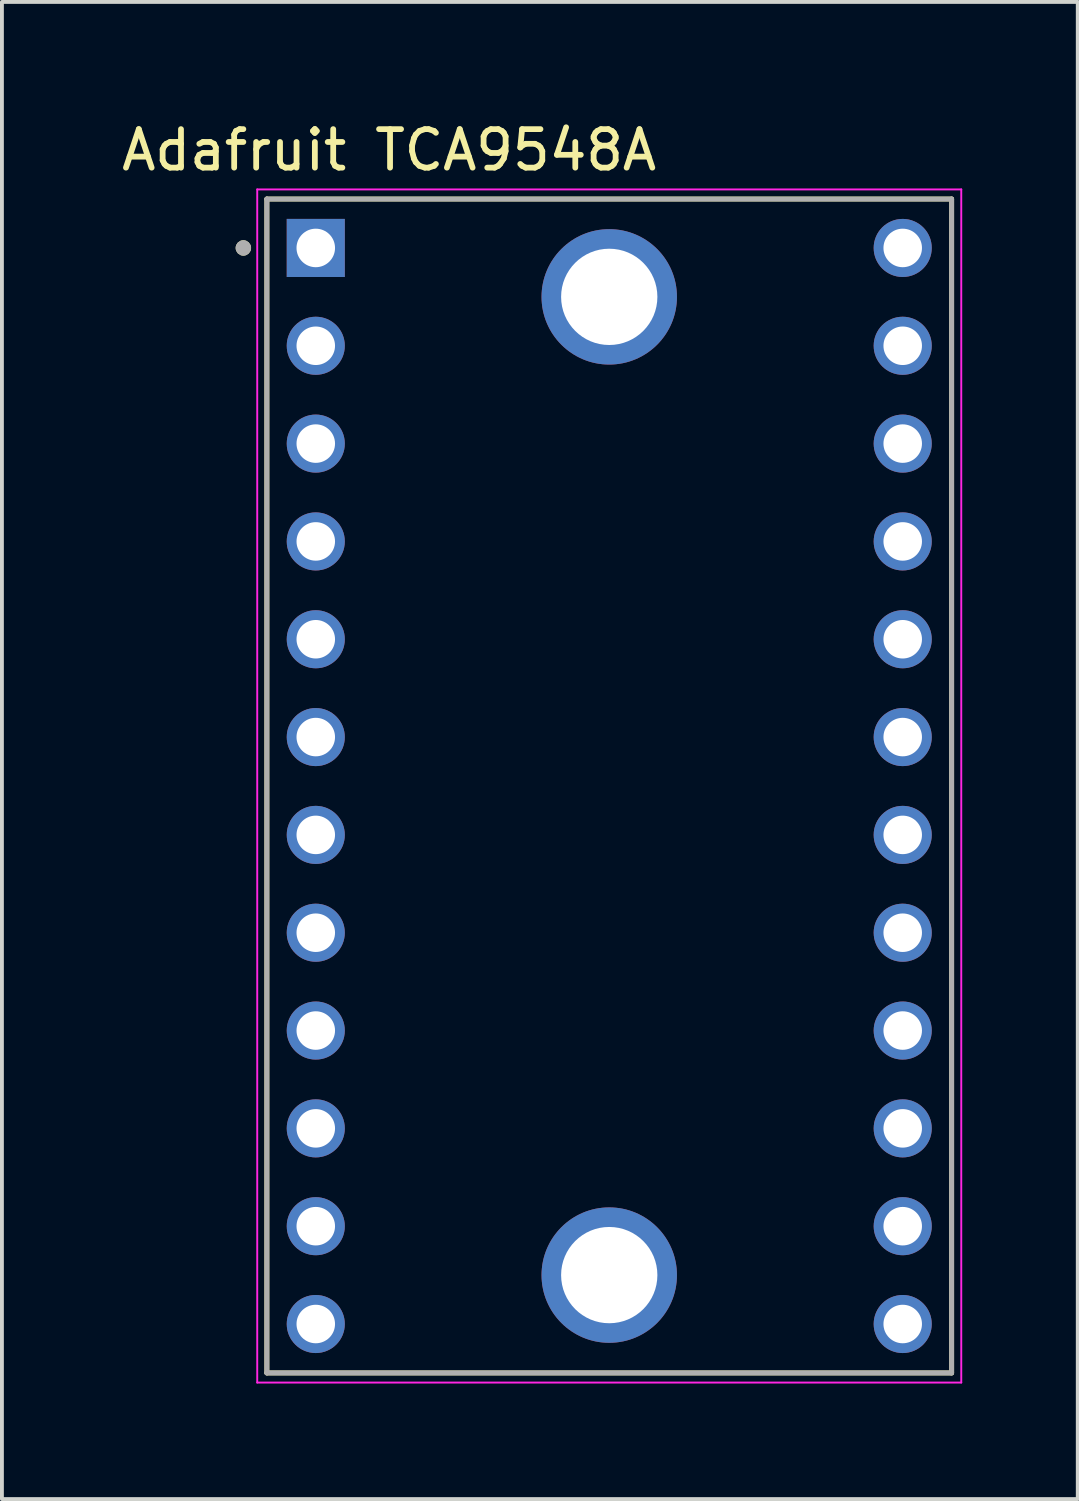
<source format=kicad_pcb>
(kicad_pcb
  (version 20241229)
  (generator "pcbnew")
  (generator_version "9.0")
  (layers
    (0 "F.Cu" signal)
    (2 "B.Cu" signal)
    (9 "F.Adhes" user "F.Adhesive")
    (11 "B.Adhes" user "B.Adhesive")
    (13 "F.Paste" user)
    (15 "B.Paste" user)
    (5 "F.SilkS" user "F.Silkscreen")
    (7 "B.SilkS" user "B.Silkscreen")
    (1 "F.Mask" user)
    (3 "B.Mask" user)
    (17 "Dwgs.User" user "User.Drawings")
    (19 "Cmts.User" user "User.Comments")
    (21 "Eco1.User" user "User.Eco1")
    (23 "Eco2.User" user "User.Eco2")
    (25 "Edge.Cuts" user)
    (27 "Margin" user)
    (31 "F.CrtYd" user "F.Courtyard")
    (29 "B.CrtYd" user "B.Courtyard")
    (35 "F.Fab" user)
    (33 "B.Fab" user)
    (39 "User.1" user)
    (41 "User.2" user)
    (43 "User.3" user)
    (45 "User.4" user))
  (footprint "Adafruit TCA9548A"
    (layer "F.Cu")
    (at 12.769 17.358)
    (property "Reference" "Adafruit TCA9548A" (at -5.715 -16.51 0) (layer "F.SilkS") (effects (font (size 1 1) (thickness 0.15))))
    (attr through_hole)
    (fp_line (start -8.89 -15.24) (end 8.89 -15.24) (stroke (width 0.127) (type solid)) (layer "F.SilkS"))
    (fp_line (start -8.89 15.24) (end -8.89 -15.24) (stroke (width 0.127) (type solid)) (layer "F.SilkS"))
    (fp_line (start 8.89 -15.24) (end 8.89 15.24) (stroke (width 0.127) (type solid)) (layer "F.SilkS"))
    (fp_line (start 8.89 15.24) (end -8.89 15.24) (stroke (width 0.127) (type solid)) (layer "F.SilkS"))
    (fp_circle (center -9.5 -13.97) (end -9.4 -13.97) (stroke (width 0.2) (type solid)) (fill no) (layer "F.SilkS"))
    (fp_line (start -9.14 -15.49) (end -9.14 15.49) (stroke (width 0.05) (type solid)) (layer "F.CrtYd"))
    (fp_line (start -9.14 15.49) (end 9.14 15.49) (stroke (width 0.05) (type solid)) (layer "F.CrtYd"))
    (fp_line (start 9.14 -15.49) (end -9.14 -15.49) (stroke (width 0.05) (type solid)) (layer "F.CrtYd"))
    (fp_line (start 9.14 15.49) (end 9.14 -15.49) (stroke (width 0.05) (type solid)) (layer "F.CrtYd"))
    (fp_line (start -8.89 -15.24) (end 8.89 -15.24) (stroke (width 0.127) (type solid)) (layer "F.Fab"))
    (fp_line (start -8.89 15.24) (end -8.89 -15.24) (stroke (width 0.127) (type solid)) (layer "F.Fab"))
    (fp_line (start -8.89 15.24) (end 8.89 15.24) (stroke (width 0.127) (type solid)) (layer "F.Fab"))
    (fp_line (start 8.89 -15.24) (end 8.89 15.24) (stroke (width 0.127) (type solid)) (layer "F.Fab"))
    (fp_circle (center -9.5 -13.97) (end -9.4 -13.97) (stroke (width 0.2) (type solid)) (fill no) (layer "F.Fab"))
    (pad "1" thru_hole rect (at -7.62 -13.97) (size 1.508 1.508) (drill 1) (layers "*.Cu" "*.Mask"))
    (pad "2" thru_hole circle (at -7.62 -11.43) (size 1.508 1.508) (drill 1) (layers "*.Cu" "*.Mask"))
    (pad "3" thru_hole circle (at -7.62 -8.89) (size 1.508 1.508) (drill 1) (layers "*.Cu" "*.Mask"))
    (pad "4" thru_hole circle (at -7.62 -6.35) (size 1.508 1.508) (drill 1) (layers "*.Cu" "*.Mask"))
    (pad "5" thru_hole circle (at -7.62 -3.81) (size 1.508 1.508) (drill 1) (layers "*.Cu" "*.Mask"))
    (pad "6" thru_hole circle (at -7.62 -1.27) (size 1.508 1.508) (drill 1) (layers "*.Cu" "*.Mask"))
    (pad "7" thru_hole circle (at -7.62 1.27) (size 1.508 1.508) (drill 1) (layers "*.Cu" "*.Mask"))
    (pad "8" thru_hole circle (at -7.62 3.81) (size 1.508 1.508) (drill 1) (layers "*.Cu" "*.Mask"))
    (pad "9" thru_hole circle (at -7.62 6.35) (size 1.508 1.508) (drill 1) (layers "*.Cu" "*.Mask"))
    (pad "10" thru_hole circle (at -7.62 8.89) (size 1.508 1.508) (drill 1) (layers "*.Cu" "*.Mask"))
    (pad "11" thru_hole circle (at -7.62 11.43) (size 1.508 1.508) (drill 1) (layers "*.Cu" "*.Mask"))
    (pad "12" thru_hole circle (at -7.62 13.97) (size 1.508 1.508) (drill 1) (layers "*.Cu" "*.Mask"))
    (pad "13" thru_hole circle (at 7.62 13.97) (size 1.508 1.508) (drill 1) (layers "*.Cu" "*.Mask"))
    (pad "14" thru_hole circle (at 7.62 11.43) (size 1.508 1.508) (drill 1) (layers "*.Cu" "*.Mask"))
    (pad "15" thru_hole circle (at 7.62 8.89) (size 1.508 1.508) (drill 1) (layers "*.Cu" "*.Mask"))
    (pad "16" thru_hole circle (at 7.62 6.35) (size 1.508 1.508) (drill 1) (layers "*.Cu" "*.Mask"))
    (pad "17" thru_hole circle (at 7.62 3.81) (size 1.508 1.508) (drill 1) (layers "*.Cu" "*.Mask"))
    (pad "18" thru_hole circle (at 7.62 1.27) (size 1.508 1.508) (drill 1) (layers "*.Cu" "*.Mask"))
    (pad "19" thru_hole circle (at 7.62 -1.27) (size 1.508 1.508) (drill 1) (layers "*.Cu" "*.Mask"))
    (pad "20" thru_hole circle (at 7.62 -3.81) (size 1.508 1.508) (drill 1) (layers "*.Cu" "*.Mask"))
    (pad "21" thru_hole circle (at 7.62 -6.35) (size 1.508 1.508) (drill 1) (layers "*.Cu" "*.Mask"))
    (pad "22" thru_hole circle (at 7.62 -8.89) (size 1.508 1.508) (drill 1) (layers "*.Cu" "*.Mask"))
    (pad "23" thru_hole circle (at 7.62 -11.43) (size 1.508 1.508) (drill 1) (layers "*.Cu" "*.Mask"))
    (pad "24" thru_hole circle (at 7.62 -13.97) (size 1.508 1.508) (drill 1) (layers "*.Cu" "*.Mask"))
    (pad "P1" thru_hole circle (at 0 -12.7) (size 3.516 3.516) (drill 2.5) (layers "*.Cu" "*.Mask"))
    (pad "P2" thru_hole circle (at 0 12.7) (size 3.516 3.516) (drill 2.5) (layers "*.Cu" "*.Mask"))
    (zone (net_name "") (layer "F.Cu") (hatch full 0.508) (connect_pads) (min_thickness 2.032) (filled_areas_thickness no) (keepout (tracks not_allowed) (vias not_allowed) (pads not_allowed) (copperpour not_allowed) (footprints allowed)) (placement (enabled no)) (fill) (polygon (pts (xy 14.785 4.658) (xy 14.775 4.856) (xy 14.746 5.052) (xy 14.698 5.243) (xy 14.631 5.43) (xy 14.547 5.609) (xy 14.445 5.778) (xy 14.327 5.937) (xy 14.194 6.084) (xy 14.048 6.217) (xy 13.889 6.334) (xy 13.719 6.436) (xy 13.54 6.521) (xy 13.354 6.587) (xy 13.162 6.636) (xy 12.966 6.665) (xy 12.769 6.674) (xy 12.571 6.665) (xy 12.375 6.636) (xy 12.183 6.587) (xy 11.997 6.521) (xy 11.818 6.436) (xy 11.649 6.334) (xy 11.49 6.217) (xy 11.343 6.084) (xy 11.21 5.937) (xy 11.092 5.778) (xy 10.991 5.609) (xy 10.906 5.43) (xy 10.839 5.243) (xy 10.791 5.052) (xy 10.762 4.856) (xy 10.753 4.658) (xy 10.762 4.461) (xy 10.791 4.265) (xy 10.839 4.073) (xy 10.906 3.887) (xy 10.991 3.708) (xy 11.092 3.538) (xy 11.21 3.379) (xy 11.343 3.233) (xy 11.49 3.1) (xy 11.649 2.982) (xy 11.818 2.88) (xy 11.997 2.796) (xy 12.183 2.729) (xy 12.375 2.681) (xy 12.571 2.652) (xy 12.769 2.642) (xy 12.966 2.652) (xy 13.162 2.681) (xy 13.354 2.729) (xy 13.54 2.796) (xy 13.719 2.88) (xy 13.889 2.982) (xy 14.048 3.1) (xy 14.194 3.233) (xy 14.327 3.379) (xy 14.445 3.538) (xy 14.547 3.708) (xy 14.631 3.887) (xy 14.698 4.073) (xy 14.746 4.265) (xy 14.775 4.461))))
    (zone (net_name "") (layer "F.Cu") (hatch full 0.508) (connect_pads) (min_thickness 2.032) (filled_areas_thickness no) (keepout (tracks not_allowed) (vias not_allowed) (pads not_allowed) (copperpour not_allowed) (footprints allowed)) (placement (enabled no)) (fill) (polygon (pts (xy 14.785 30.058) (xy 14.775 30.256) (xy 14.746 30.452) (xy 14.698 30.643) (xy 14.631 30.83) (xy 14.547 31.009) (xy 14.445 31.178) (xy 14.327 31.337) (xy 14.194 31.484) (xy 14.048 31.617) (xy 13.889 31.734) (xy 13.719 31.836) (xy 13.54 31.921) (xy 13.354 31.987) (xy 13.162 32.036) (xy 12.966 32.065) (xy 12.769 32.074) (xy 12.571 32.065) (xy 12.375 32.036) (xy 12.183 31.987) (xy 11.997 31.921) (xy 11.818 31.836) (xy 11.649 31.734) (xy 11.49 31.617) (xy 11.343 31.484) (xy 11.21 31.337) (xy 11.092 31.178) (xy 10.991 31.009) (xy 10.906 30.83) (xy 10.839 30.643) (xy 10.791 30.452) (xy 10.762 30.256) (xy 10.753 30.058) (xy 10.762 29.861) (xy 10.791 29.665) (xy 10.839 29.473) (xy 10.906 29.287) (xy 10.991 29.108) (xy 11.092 28.938) (xy 11.21 28.779) (xy 11.343 28.633) (xy 11.49 28.5) (xy 11.649 28.382) (xy 11.818 28.28) (xy 11.997 28.196) (xy 12.183 28.129) (xy 12.375 28.081) (xy 12.571 28.052) (xy 12.769 28.042) (xy 12.966 28.052) (xy 13.162 28.081) (xy 13.354 28.129) (xy 13.54 28.196) (xy 13.719 28.28) (xy 13.889 28.382) (xy 14.048 28.5) (xy 14.194 28.633) (xy 14.327 28.779) (xy 14.445 28.938) (xy 14.547 29.108) (xy 14.631 29.287) (xy 14.698 29.473) (xy 14.746 29.665) (xy 14.775 29.861))))
    (zone (net_name "") (layer "B.Cu") (hatch full 0.508) (connect_pads) (min_thickness 2.032) (filled_areas_thickness no) (keepout (tracks not_allowed) (vias not_allowed) (pads not_allowed) (copperpour not_allowed) (footprints allowed)) (placement (enabled no)) (fill) (polygon (pts (xy 14.785 4.658) (xy 14.775 4.856) (xy 14.746 5.052) (xy 14.698 5.243) (xy 14.631 5.43) (xy 14.547 5.609) (xy 14.445 5.778) (xy 14.327 5.937) (xy 14.194 6.084) (xy 14.048 6.217) (xy 13.889 6.334) (xy 13.719 6.436) (xy 13.54 6.521) (xy 13.354 6.587) (xy 13.162 6.636) (xy 12.966 6.665) (xy 12.769 6.674) (xy 12.571 6.665) (xy 12.375 6.636) (xy 12.183 6.587) (xy 11.997 6.521) (xy 11.818 6.436) (xy 11.649 6.334) (xy 11.49 6.217) (xy 11.343 6.084) (xy 11.21 5.937) (xy 11.092 5.778) (xy 10.991 5.609) (xy 10.906 5.43) (xy 10.839 5.243) (xy 10.791 5.052) (xy 10.762 4.856) (xy 10.753 4.658) (xy 10.762 4.461) (xy 10.791 4.265) (xy 10.839 4.073) (xy 10.906 3.887) (xy 10.991 3.708) (xy 11.092 3.538) (xy 11.21 3.379) (xy 11.343 3.233) (xy 11.49 3.1) (xy 11.649 2.982) (xy 11.818 2.88) (xy 11.997 2.796) (xy 12.183 2.729) (xy 12.375 2.681) (xy 12.571 2.652) (xy 12.769 2.642) (xy 12.966 2.652) (xy 13.162 2.681) (xy 13.354 2.729) (xy 13.54 2.796) (xy 13.719 2.88) (xy 13.889 2.982) (xy 14.048 3.1) (xy 14.194 3.233) (xy 14.327 3.379) (xy 14.445 3.538) (xy 14.547 3.708) (xy 14.631 3.887) (xy 14.698 4.073) (xy 14.746 4.265) (xy 14.775 4.461))))
    (zone (net_name "") (layer "B.Cu") (hatch full 0.508) (connect_pads) (min_thickness 2.032) (filled_areas_thickness no) (keepout (tracks not_allowed) (vias not_allowed) (pads not_allowed) (copperpour not_allowed) (footprints allowed)) (placement (enabled no)) (fill) (polygon (pts (xy 14.785 30.058) (xy 14.775 30.256) (xy 14.746 30.452) (xy 14.698 30.643) (xy 14.631 30.83) (xy 14.547 31.009) (xy 14.445 31.178) (xy 14.327 31.337) (xy 14.194 31.484) (xy 14.048 31.617) (xy 13.889 31.734) (xy 13.719 31.836) (xy 13.54 31.921) (xy 13.354 31.987) (xy 13.162 32.036) (xy 12.966 32.065) (xy 12.769 32.074) (xy 12.571 32.065) (xy 12.375 32.036) (xy 12.183 31.987) (xy 11.997 31.921) (xy 11.818 31.836) (xy 11.649 31.734) (xy 11.49 31.617) (xy 11.343 31.484) (xy 11.21 31.337) (xy 11.092 31.178) (xy 10.991 31.009) (xy 10.906 30.83) (xy 10.839 30.643) (xy 10.791 30.452) (xy 10.762 30.256) (xy 10.753 30.058) (xy 10.762 29.861) (xy 10.791 29.665) (xy 10.839 29.473) (xy 10.906 29.287) (xy 10.991 29.108) (xy 11.092 28.938) (xy 11.21 28.779) (xy 11.343 28.633) (xy 11.49 28.5) (xy 11.649 28.382) (xy 11.818 28.28) (xy 11.997 28.196) (xy 12.183 28.129) (xy 12.375 28.081) (xy 12.571 28.052) (xy 12.769 28.042) (xy 12.966 28.052) (xy 13.162 28.081) (xy 13.354 28.129) (xy 13.54 28.196) (xy 13.719 28.28) (xy 13.889 28.382) (xy 14.048 28.5) (xy 14.194 28.633) (xy 14.327 28.779) (xy 14.445 28.938) (xy 14.547 29.108) (xy 14.631 29.287) (xy 14.698 29.473) (xy 14.746 29.665) (xy 14.775 29.861)))))
  (gr_rect
    (start -3 -3)
    (end 24.934 35.873)
    (stroke (width 0.1) (type default))
    (fill no)
    (layer "Edge.Cuts")))
</source>
